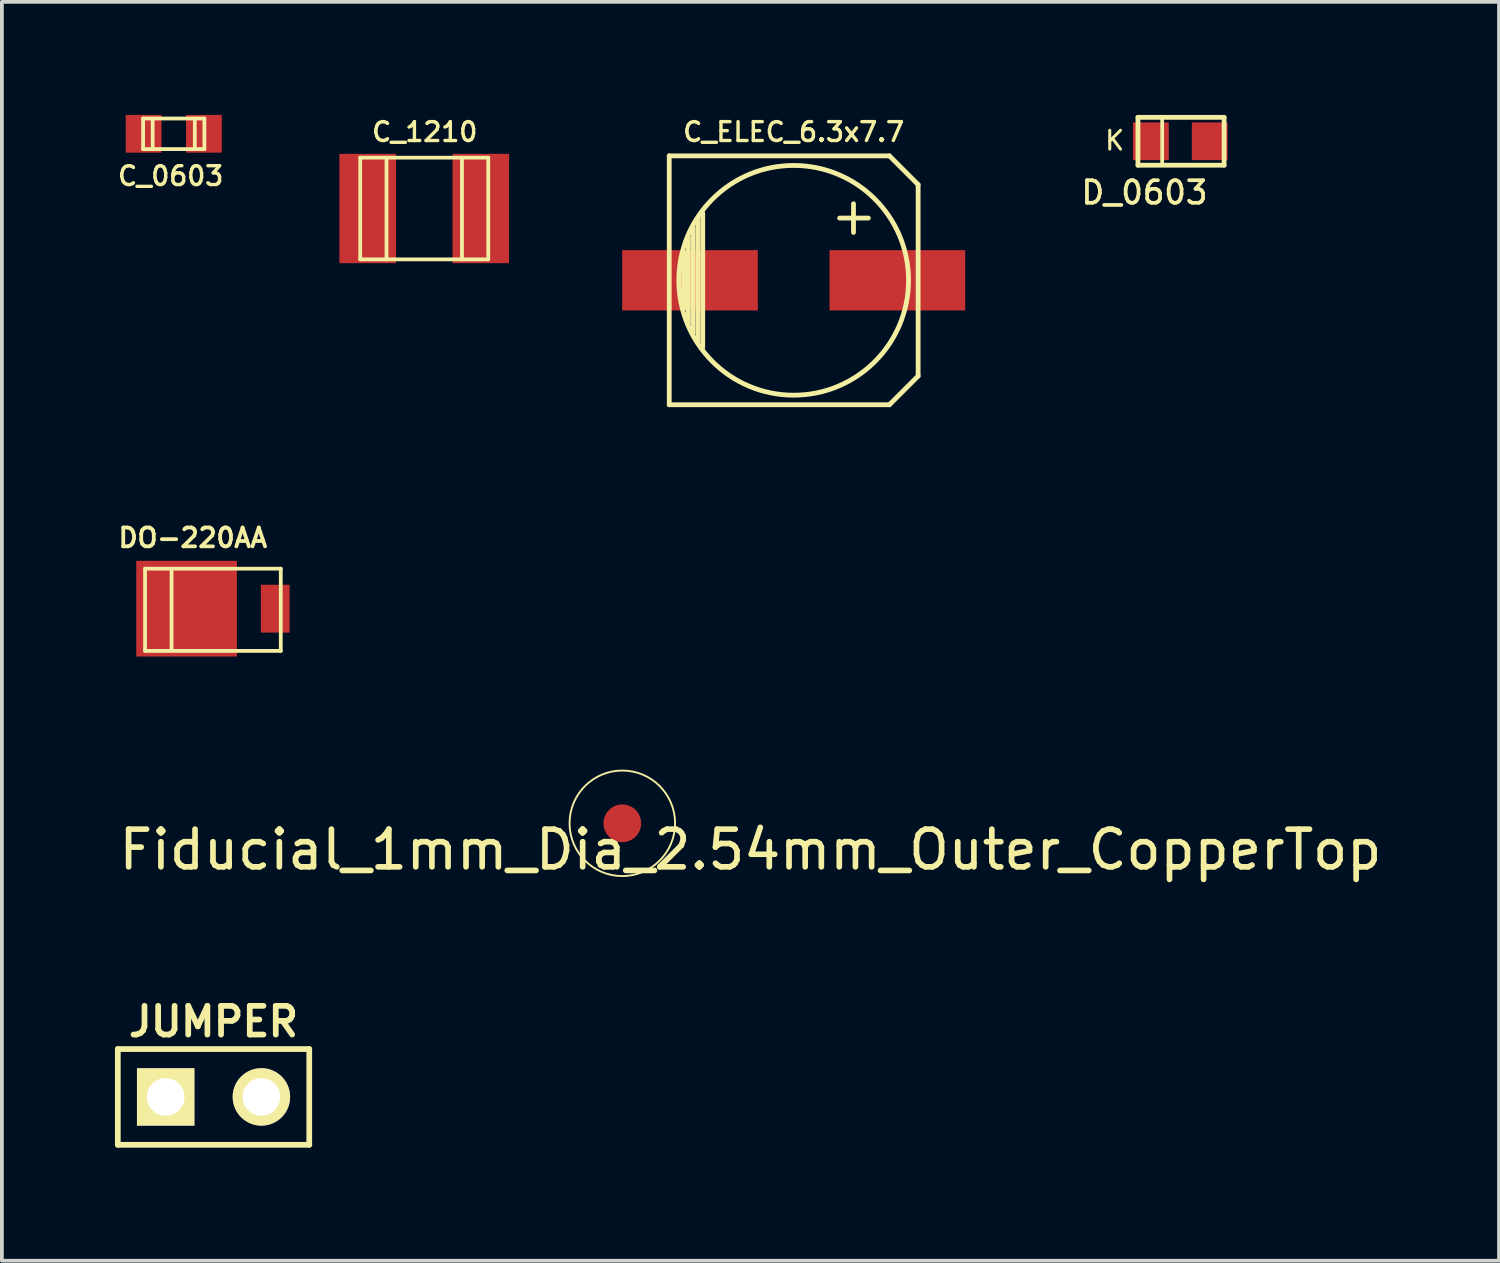
<source format=kicad_pcb>
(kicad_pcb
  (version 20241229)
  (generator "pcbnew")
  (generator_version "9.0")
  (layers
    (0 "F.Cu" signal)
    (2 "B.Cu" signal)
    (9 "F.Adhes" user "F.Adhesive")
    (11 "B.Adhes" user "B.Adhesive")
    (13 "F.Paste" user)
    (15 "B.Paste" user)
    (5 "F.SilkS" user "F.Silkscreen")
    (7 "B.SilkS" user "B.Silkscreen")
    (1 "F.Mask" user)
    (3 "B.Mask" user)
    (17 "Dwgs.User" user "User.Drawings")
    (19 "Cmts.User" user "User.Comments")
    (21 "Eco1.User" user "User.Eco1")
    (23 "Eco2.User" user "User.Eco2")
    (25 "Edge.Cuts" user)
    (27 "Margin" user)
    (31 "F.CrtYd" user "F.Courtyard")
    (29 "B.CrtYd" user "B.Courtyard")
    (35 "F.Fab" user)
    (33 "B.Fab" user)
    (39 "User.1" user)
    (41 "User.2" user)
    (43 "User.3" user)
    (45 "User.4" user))
  (footprint "D_0603"
    (layer "F.Cu")
    (at 28.288 0.699)
    (property "Reference" "D_0603" (at -0.97 1.36 0) (layer "F.SilkS") (effects (font (size 0.599 0.599) (thickness 0.099))))
    (attr smd)
    (fp_line (start -1.143 -0.635) (end 1.143 -0.635) (stroke (width 0.127) (type solid)) (layer "F.SilkS"))
    (fp_line (start -1.143 0.635) (end -1.143 -0.635) (stroke (width 0.127) (type solid)) (layer "F.SilkS"))
    (fp_line (start -0.5 -0.599) (end -0.5 0.599) (stroke (width 0.099) (type solid)) (layer "F.SilkS"))
    (fp_line (start 1.143 -0.635) (end 1.143 0.635) (stroke (width 0.127) (type solid)) (layer "F.SilkS"))
    (fp_line (start 1.143 0.635) (end -1.143 0.635) (stroke (width 0.127) (type solid)) (layer "F.SilkS"))
    (fp_text user "K" (at -1.76 -0.02 0) (layer "F.SilkS") (effects (font (size 0.5 0.5) (thickness 0.08))))
    (pad "1" smd rect (at 0.762 0) (size 0.95 1.001) (layers "F.Cu" "F.Mask" "F.Paste"))
    (pad "2" smd rect (at -0.8 0) (size 0.95 1.001) (layers "F.Cu" "F.Mask" "F.Paste")))
  (footprint "C_1210"
    (layer "F.Cu")
    (at 8.207 2.483)
    (property "Reference" "C_1210" (at 0.013 -2.032 0) (layer "F.SilkS") (effects (font (size 0.5 0.5) (thickness 0.09))))
    (attr through_hole)
    (fp_line (start -1.699 -1.349) (end 1.699 -1.349) (stroke (width 0.1) (type solid)) (layer "F.SilkS"))
    (fp_line (start -1.699 1.349) (end -1.699 -1.349) (stroke (width 0.1) (type solid)) (layer "F.SilkS"))
    (fp_line (start -1.001 -1.349) (end -1.001 1.349) (stroke (width 0.1) (type solid)) (layer "F.SilkS"))
    (fp_line (start 1.001 -1.349) (end 1.001 1.349) (stroke (width 0.1) (type solid)) (layer "F.SilkS"))
    (fp_line (start 1.699 -1.349) (end 1.699 1.349) (stroke (width 0.1) (type solid)) (layer "F.SilkS"))
    (fp_line (start 1.699 1.349) (end -1.699 1.349) (stroke (width 0.1) (type solid)) (layer "F.SilkS"))
    (pad "1" smd rect (at 1.501 0) (size 1.501 2.901) (layers "F.Cu" "F.Mask" "F.Paste"))
    (pad "2" smd rect (at -1.501 0) (size 1.501 2.901) (layers "F.Cu" "F.Mask" "F.Paste")))
  (footprint "DO-220AA"
    (layer "F.Cu")
    (at 1.901 13.101)
    (property "Reference" "DO-220AA" (at 0.165 -1.88 0) (layer "F.SilkS") (effects (font (size 0.5 0.5) (thickness 0.1))))
    (attr through_hole)
    (fp_line (start -1.102 -1.062) (end 2.499 -1.062) (stroke (width 0.1) (type solid)) (layer "F.SilkS"))
    (fp_line (start -1.102 1.12) (end -1.102 -1.062) (stroke (width 0.1) (type solid)) (layer "F.SilkS"))
    (fp_line (start -0.399 -1.001) (end -0.399 1.1) (stroke (width 0.1) (type solid)) (layer "F.SilkS"))
    (fp_line (start 2.499 -1.062) (end 2.499 1.12) (stroke (width 0.1) (type solid)) (layer "F.SilkS"))
    (fp_line (start 2.499 1.12) (end -1.102 1.12) (stroke (width 0.1) (type solid)) (layer "F.SilkS"))
    (pad "1" smd rect (at 2.352 0) (size 0.762 1.27) (layers "F.Cu" "F.Mask" "F.Paste"))
    (pad "2" smd rect (at 0 0) (size 2.67 2.54) (layers "F.Cu" "F.Mask" "F.Paste")))
  (footprint "JUMPER"
    (layer "F.Cu")
    (at 2.616 26.056)
    (property "Reference" "JUMPER" (at 0 -1.999 0) (layer "F.SilkS") (effects (font (size 0.762 0.762) (thickness 0.152))))
    (attr through_hole)
    (fp_line (start -2.54 -1.27) (end 2.54 -1.27) (stroke (width 0.152) (type solid)) (layer "F.SilkS"))
    (fp_line (start -2.54 1.27) (end -2.54 -1.27) (stroke (width 0.152) (type solid)) (layer "F.SilkS"))
    (fp_line (start 2.54 -1.27) (end 2.54 1.27) (stroke (width 0.152) (type solid)) (layer "F.SilkS"))
    (fp_line (start 2.54 1.27) (end -2.54 1.27) (stroke (width 0.152) (type solid)) (layer "F.SilkS"))
    (pad "1" thru_hole rect (at -1.27 0) (size 1.524 1.524) (drill 1) (layers "*.Cu" "*.Mask" "F.SilkS"))
    (pad "2" thru_hole circle (at 1.27 0) (size 1.524 1.524) (drill 1) (layers "*.Cu" "*.Mask" "F.SilkS")))
  (footprint "C_ELEC_6.3x7.7"
    (layer "F.Cu")
    (at 18.01 4.388)
    (property "Reference" "C_ELEC_6.3x7.7" (at 0 -3.937 0) (layer "F.SilkS") (effects (font (size 0.5 0.5) (thickness 0.09))))
    (attr through_hole)
    (fp_line (start -3.302 -3.302) (end -3.302 3.302) (stroke (width 0.127) (type solid)) (layer "F.SilkS"))
    (fp_line (start -3.302 3.302) (end 2.54 3.302) (stroke (width 0.127) (type solid)) (layer "F.SilkS"))
    (fp_line (start -2.921 -0.762) (end -2.921 0.762) (stroke (width 0.127) (type solid)) (layer "F.SilkS"))
    (fp_line (start -2.794 1.143) (end -2.794 -1.143) (stroke (width 0.127) (type solid)) (layer "F.SilkS"))
    (fp_line (start -2.667 -1.397) (end -2.667 1.397) (stroke (width 0.127) (type solid)) (layer "F.SilkS"))
    (fp_line (start -2.54 1.651) (end -2.54 -1.651) (stroke (width 0.127) (type solid)) (layer "F.SilkS"))
    (fp_line (start -2.413 -1.778) (end -2.413 1.778) (stroke (width 0.127) (type solid)) (layer "F.SilkS"))
    (fp_line (start 1.587 -2.032) (end 1.587 -1.27) (stroke (width 0.127) (type solid)) (layer "F.SilkS"))
    (fp_line (start 1.981 -1.651) (end 1.219 -1.651) (stroke (width 0.127) (type solid)) (layer "F.SilkS"))
    (fp_line (start 2.54 -3.302) (end -3.302 -3.302) (stroke (width 0.127) (type solid)) (layer "F.SilkS"))
    (fp_line (start 2.54 3.302) (end 3.302 2.54) (stroke (width 0.127) (type solid)) (layer "F.SilkS"))
    (fp_line (start 3.302 -2.54) (end 2.54 -3.302) (stroke (width 0.127) (type solid)) (layer "F.SilkS"))
    (fp_line (start 3.302 2.54) (end 3.302 -2.54) (stroke (width 0.127) (type solid)) (layer "F.SilkS"))
    (fp_circle (center 0 0) (end -3.048 0) (stroke (width 0.127) (type solid)) (fill no) (layer "F.SilkS"))
    (pad "1" smd rect (at 2.751 0) (size 3.599 1.6) (layers "F.Cu" "F.Mask" "F.Paste"))
    (pad "2" smd rect (at -2.751 0) (size 3.599 1.6) (layers "F.Cu" "F.Mask" "F.Paste")))
  (footprint "C_0603"
    (layer "F.Cu")
    (at 1.56 0.5)
    (property "Reference" "C_0603" (at -0.082 1.12 0) (layer "F.SilkS") (effects (font (size 0.5 0.5) (thickness 0.09))))
    (attr through_hole)
    (fp_line (start -0.813 -0.406) (end 0.813 -0.406) (stroke (width 0.1) (type solid)) (layer "F.SilkS"))
    (fp_line (start -0.813 0.406) (end -0.813 -0.406) (stroke (width 0.1) (type solid)) (layer "F.SilkS"))
    (fp_line (start -0.559 -0.381) (end -0.559 0.406) (stroke (width 0.1) (type solid)) (layer "F.SilkS"))
    (fp_line (start 0.559 0.406) (end 0.559 -0.406) (stroke (width 0.1) (type solid)) (layer "F.SilkS"))
    (fp_line (start 0.813 -0.406) (end 0.813 0.406) (stroke (width 0.1) (type solid)) (layer "F.SilkS"))
    (fp_line (start 0.813 0.406) (end -0.813 0.406) (stroke (width 0.1) (type solid)) (layer "F.SilkS"))
    (pad "1" smd rect (at 0.8 0) (size 0.95 1.001) (layers "F.Cu" "F.Mask" "F.Paste"))
    (pad "2" smd rect (at -0.8 0) (size 0.95 1.001) (layers "F.Cu" "F.Mask" "F.Paste")))
  (footprint "Fiducial_1mm_Dia_2.54mm_Outer_CopperTop"
    (layer "F.Cu")
    (at 13.463 18.796)
    (property "Reference" "Fiducial_1mm_Dia_2.54mm_Outer_CopperTop" (at 3.4 0.7 0) (layer "F.SilkS") (effects (font (size 1 1) (thickness 0.15))))
    (attr exclude_from_pos_files exclude_from_bom)
    (fp_circle (center 0 0) (end 1.4 0) (stroke (width 0.05) (type solid)) (fill no) (layer "F.SilkS"))
    (pad "~" smd circle (at 0 0) (size 1 1) (layers "F.Cu" "F.Mask")))
  (gr_rect
    (start -3 -3)
    (end 36.726 30.403)
    (stroke (width 0.1) (type default))
    (fill no)
    (layer "Edge.Cuts")))
</source>
